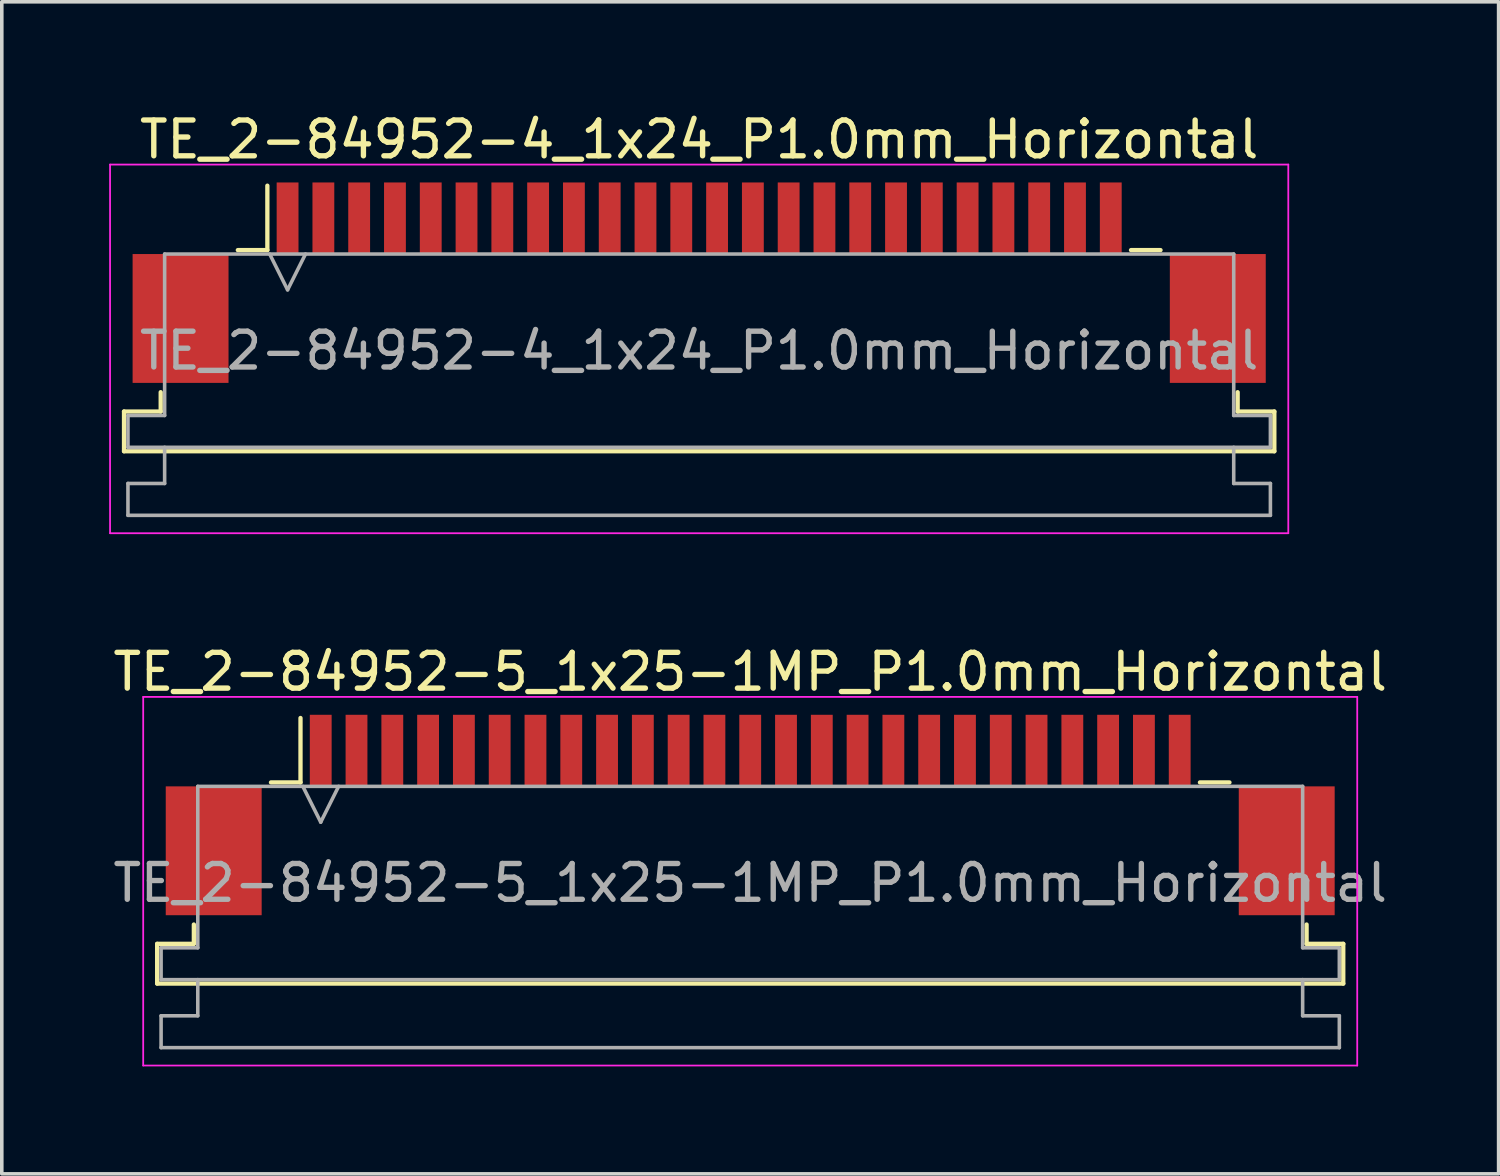
<source format=kicad_pcb>
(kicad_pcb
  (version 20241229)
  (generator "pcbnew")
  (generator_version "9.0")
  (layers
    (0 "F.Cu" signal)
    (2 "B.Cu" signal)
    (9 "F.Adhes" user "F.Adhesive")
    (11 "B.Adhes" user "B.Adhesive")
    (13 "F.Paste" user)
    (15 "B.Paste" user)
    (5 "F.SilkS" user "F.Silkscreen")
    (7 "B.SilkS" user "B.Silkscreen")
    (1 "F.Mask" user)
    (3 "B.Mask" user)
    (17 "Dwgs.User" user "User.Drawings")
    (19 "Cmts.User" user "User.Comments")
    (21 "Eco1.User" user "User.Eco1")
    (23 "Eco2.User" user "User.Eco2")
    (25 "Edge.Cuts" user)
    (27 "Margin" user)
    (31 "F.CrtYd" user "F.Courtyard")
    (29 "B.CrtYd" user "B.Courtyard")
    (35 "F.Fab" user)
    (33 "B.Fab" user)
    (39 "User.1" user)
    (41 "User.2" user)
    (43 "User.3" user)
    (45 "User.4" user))
  (footprint "TE_2-84952-5_1x25-1MP_P1.0mm_Horizontal"
    (layer "F.Cu")
    (at 17.911 19.721)
    (property "Reference" "TE_2-84952-5_1x25-1MP_P1.0mm_Horizontal" (at 0 -4 0) (layer "F.SilkS") (effects (font (size 1 1) (thickness 0.15))))
    (attr smd)
    (fp_line (start -16.57 3.6) (end -15.545 3.6) (stroke (width 0.12) (type solid)) (layer "F.SilkS"))
    (fp_line (start -16.57 4.71) (end -16.57 3.6) (stroke (width 0.12) (type solid)) (layer "F.SilkS"))
    (fp_line (start -15.545 3.6) (end -15.545 3.06) (stroke (width 0.12) (type solid)) (layer "F.SilkS"))
    (fp_line (start -13.39 -0.91) (end -12.565 -0.91) (stroke (width 0.12) (type solid)) (layer "F.SilkS"))
    (fp_line (start -12.565 -0.91) (end -12.565 -2.71) (stroke (width 0.12) (type solid)) (layer "F.SilkS"))
    (fp_line (start 12.565 -0.91) (end 13.39 -0.91) (stroke (width 0.12) (type solid)) (layer "F.SilkS"))
    (fp_line (start 15.545 3.06) (end 15.545 3.6) (stroke (width 0.12) (type solid)) (layer "F.SilkS"))
    (fp_line (start 15.545 3.6) (end 16.57 3.6) (stroke (width 0.12) (type solid)) (layer "F.SilkS"))
    (fp_line (start 16.57 3.6) (end 16.57 4.71) (stroke (width 0.12) (type solid)) (layer "F.SilkS"))
    (fp_line (start 16.57 4.71) (end -16.57 4.71) (stroke (width 0.12) (type solid)) (layer "F.SilkS"))
    (fp_line (start -16.96 -3.3) (end -16.96 7) (stroke (width 0.05) (type solid)) (layer "F.CrtYd"))
    (fp_line (start -16.96 7) (end 16.96 7) (stroke (width 0.05) (type solid)) (layer "F.CrtYd"))
    (fp_line (start 16.96 -3.3) (end -16.96 -3.3) (stroke (width 0.05) (type solid)) (layer "F.CrtYd"))
    (fp_line (start 16.96 7) (end 16.96 -3.3) (stroke (width 0.05) (type solid)) (layer "F.CrtYd"))
    (fp_line (start -16.46 3.71) (end -15.435 3.71) (stroke (width 0.1) (type solid)) (layer "F.Fab"))
    (fp_line (start -16.46 4.6) (end -16.46 3.71) (stroke (width 0.1) (type solid)) (layer "F.Fab"))
    (fp_line (start -16.46 5.61) (end -15.435 5.61) (stroke (width 0.1) (type solid)) (layer "F.Fab"))
    (fp_line (start -16.46 6.5) (end -16.46 5.61) (stroke (width 0.1) (type solid)) (layer "F.Fab"))
    (fp_line (start -15.435 -0.8) (end 15.435 -0.8) (stroke (width 0.1) (type solid)) (layer "F.Fab"))
    (fp_line (start -15.435 3.71) (end -15.435 -0.8) (stroke (width 0.1) (type solid)) (layer "F.Fab"))
    (fp_line (start -15.435 5.61) (end -15.435 4.6) (stroke (width 0.1) (type solid)) (layer "F.Fab"))
    (fp_line (start -12.5 -0.8) (end -12 0.2) (stroke (width 0.1) (type solid)) (layer "F.Fab"))
    (fp_line (start -12 0.2) (end -11.5 -0.8) (stroke (width 0.1) (type solid)) (layer "F.Fab"))
    (fp_line (start 15.435 -0.8) (end 15.435 3.71) (stroke (width 0.1) (type solid)) (layer "F.Fab"))
    (fp_line (start 15.435 3.71) (end 16.46 3.71) (stroke (width 0.1) (type solid)) (layer "F.Fab"))
    (fp_line (start 15.435 4.6) (end 15.435 5.61) (stroke (width 0.1) (type solid)) (layer "F.Fab"))
    (fp_line (start 15.435 5.61) (end 16.46 5.61) (stroke (width 0.1) (type solid)) (layer "F.Fab"))
    (fp_line (start 16.46 3.71) (end 16.46 4.6) (stroke (width 0.1) (type solid)) (layer "F.Fab"))
    (fp_line (start 16.46 4.6) (end -16.46 4.6) (stroke (width 0.1) (type solid)) (layer "F.Fab"))
    (fp_line (start 16.46 5.61) (end 16.46 6.5) (stroke (width 0.1) (type solid)) (layer "F.Fab"))
    (fp_line (start 16.46 6.5) (end -16.46 6.5) (stroke (width 0.1) (type solid)) (layer "F.Fab"))
    (fp_text user "${REFERENCE}" (at 0 1.9 0) (layer "F.Fab") (effects (font (size 1 1) (thickness 0.15))))
    (pad "1" smd rect (at -12 -1.8) (size 0.61 2) (layers "F.Cu" "F.Mask" "F.Paste"))
    (pad "2" smd rect (at -11 -1.8) (size 0.61 2) (layers "F.Cu" "F.Mask" "F.Paste"))
    (pad "3" smd rect (at -10 -1.8) (size 0.61 2) (layers "F.Cu" "F.Mask" "F.Paste"))
    (pad "4" smd rect (at -9 -1.8) (size 0.61 2) (layers "F.Cu" "F.Mask" "F.Paste"))
    (pad "5" smd rect (at -8 -1.8) (size 0.61 2) (layers "F.Cu" "F.Mask" "F.Paste"))
    (pad "6" smd rect (at -7 -1.8) (size 0.61 2) (layers "F.Cu" "F.Mask" "F.Paste"))
    (pad "7" smd rect (at -6 -1.8) (size 0.61 2) (layers "F.Cu" "F.Mask" "F.Paste"))
    (pad "8" smd rect (at -5 -1.8) (size 0.61 2) (layers "F.Cu" "F.Mask" "F.Paste"))
    (pad "9" smd rect (at -4 -1.8) (size 0.61 2) (layers "F.Cu" "F.Mask" "F.Paste"))
    (pad "10" smd rect (at -3 -1.8) (size 0.61 2) (layers "F.Cu" "F.Mask" "F.Paste"))
    (pad "11" smd rect (at -2 -1.8) (size 0.61 2) (layers "F.Cu" "F.Mask" "F.Paste"))
    (pad "12" smd rect (at -1 -1.8) (size 0.61 2) (layers "F.Cu" "F.Mask" "F.Paste"))
    (pad "13" smd rect (at 0 -1.8) (size 0.61 2) (layers "F.Cu" "F.Mask" "F.Paste"))
    (pad "14" smd rect (at 1 -1.8) (size 0.61 2) (layers "F.Cu" "F.Mask" "F.Paste"))
    (pad "15" smd rect (at 2 -1.8) (size 0.61 2) (layers "F.Cu" "F.Mask" "F.Paste"))
    (pad "16" smd rect (at 3 -1.8) (size 0.61 2) (layers "F.Cu" "F.Mask" "F.Paste"))
    (pad "17" smd rect (at 4 -1.8) (size 0.61 2) (layers "F.Cu" "F.Mask" "F.Paste"))
    (pad "18" smd rect (at 5 -1.8) (size 0.61 2) (layers "F.Cu" "F.Mask" "F.Paste"))
    (pad "19" smd rect (at 6 -1.8) (size 0.61 2) (layers "F.Cu" "F.Mask" "F.Paste"))
    (pad "20" smd rect (at 7 -1.8) (size 0.61 2) (layers "F.Cu" "F.Mask" "F.Paste"))
    (pad "21" smd rect (at 8 -1.8) (size 0.61 2) (layers "F.Cu" "F.Mask" "F.Paste"))
    (pad "22" smd rect (at 9 -1.8) (size 0.61 2) (layers "F.Cu" "F.Mask" "F.Paste"))
    (pad "23" smd rect (at 10 -1.8) (size 0.61 2) (layers "F.Cu" "F.Mask" "F.Paste"))
    (pad "24" smd rect (at 11 -1.8) (size 0.61 2) (layers "F.Cu" "F.Mask" "F.Paste"))
    (pad "25" smd rect (at 12 -1.8) (size 0.61 2) (layers "F.Cu" "F.Mask" "F.Paste"))
    (pad "MP" smd rect (at -14.99 1) (size 2.68 3.6) (layers "F.Cu" "F.Mask" "F.Paste"))
    (pad "MP" smd rect (at 14.99 1) (size 2.68 3.6) (layers "F.Cu" "F.Mask" "F.Paste")))
  (footprint "TE_2-84952-4_1x24_P1.0mm_Horizontal"
    (layer "F.Cu")
    (at 16.485 4.848)
    (property "Reference" "TE_2-84952-4_1x24_P1.0mm_Horizontal" (at 0 -4 0) (layer "F.SilkS") (effects (font (size 1 1) (thickness 0.15))))
    (attr smd)
    (fp_line (start -16.07 3.6) (end -15.045 3.6) (stroke (width 0.12) (type solid)) (layer "F.SilkS"))
    (fp_line (start -16.07 4.71) (end -16.07 3.6) (stroke (width 0.12) (type solid)) (layer "F.SilkS"))
    (fp_line (start -15.045 3.6) (end -15.045 3.06) (stroke (width 0.12) (type solid)) (layer "F.SilkS"))
    (fp_line (start -12.89 -0.91) (end -12.065 -0.91) (stroke (width 0.12) (type solid)) (layer "F.SilkS"))
    (fp_line (start -12.065 -0.91) (end -12.065 -2.71) (stroke (width 0.12) (type solid)) (layer "F.SilkS"))
    (fp_line (start 12.065 -0.91) (end 12.89 -0.91) (stroke (width 0.12) (type solid)) (layer "F.SilkS"))
    (fp_line (start 15.045 3.06) (end 15.045 3.6) (stroke (width 0.12) (type solid)) (layer "F.SilkS"))
    (fp_line (start 15.045 3.6) (end 16.07 3.6) (stroke (width 0.12) (type solid)) (layer "F.SilkS"))
    (fp_line (start 16.07 3.6) (end 16.07 4.71) (stroke (width 0.12) (type solid)) (layer "F.SilkS"))
    (fp_line (start 16.07 4.71) (end -16.07 4.71) (stroke (width 0.12) (type solid)) (layer "F.SilkS"))
    (fp_line (start -16.46 -3.3) (end -16.46 7) (stroke (width 0.05) (type solid)) (layer "F.CrtYd"))
    (fp_line (start -16.46 7) (end 16.46 7) (stroke (width 0.05) (type solid)) (layer "F.CrtYd"))
    (fp_line (start 16.46 -3.3) (end -16.46 -3.3) (stroke (width 0.05) (type solid)) (layer "F.CrtYd"))
    (fp_line (start 16.46 7) (end 16.46 -3.3) (stroke (width 0.05) (type solid)) (layer "F.CrtYd"))
    (fp_line (start -15.96 3.71) (end -14.935 3.71) (stroke (width 0.1) (type solid)) (layer "F.Fab"))
    (fp_line (start -15.96 4.6) (end -15.96 3.71) (stroke (width 0.1) (type solid)) (layer "F.Fab"))
    (fp_line (start -15.96 5.61) (end -14.935 5.61) (stroke (width 0.1) (type solid)) (layer "F.Fab"))
    (fp_line (start -15.96 6.5) (end -15.96 5.61) (stroke (width 0.1) (type solid)) (layer "F.Fab"))
    (fp_line (start -14.935 -0.8) (end 14.935 -0.8) (stroke (width 0.1) (type solid)) (layer "F.Fab"))
    (fp_line (start -14.935 3.71) (end -14.935 -0.8) (stroke (width 0.1) (type solid)) (layer "F.Fab"))
    (fp_line (start -14.935 5.61) (end -14.935 4.6) (stroke (width 0.1) (type solid)) (layer "F.Fab"))
    (fp_line (start -12 -0.8) (end -11.5 0.2) (stroke (width 0.1) (type solid)) (layer "F.Fab"))
    (fp_line (start -11.5 0.2) (end -11 -0.8) (stroke (width 0.1) (type solid)) (layer "F.Fab"))
    (fp_line (start 14.935 -0.8) (end 14.935 3.71) (stroke (width 0.1) (type solid)) (layer "F.Fab"))
    (fp_line (start 14.935 3.71) (end 15.96 3.71) (stroke (width 0.1) (type solid)) (layer "F.Fab"))
    (fp_line (start 14.935 4.6) (end 14.935 5.61) (stroke (width 0.1) (type solid)) (layer "F.Fab"))
    (fp_line (start 14.935 5.61) (end 15.96 5.61) (stroke (width 0.1) (type solid)) (layer "F.Fab"))
    (fp_line (start 15.96 3.71) (end 15.96 4.6) (stroke (width 0.1) (type solid)) (layer "F.Fab"))
    (fp_line (start 15.96 4.6) (end -15.96 4.6) (stroke (width 0.1) (type solid)) (layer "F.Fab"))
    (fp_line (start 15.96 5.61) (end 15.96 6.5) (stroke (width 0.1) (type solid)) (layer "F.Fab"))
    (fp_line (start 15.96 6.5) (end -15.96 6.5) (stroke (width 0.1) (type solid)) (layer "F.Fab"))
    (fp_text user "${REFERENCE}" (at 0 1.9 0) (layer "F.Fab") (effects (font (size 1 1) (thickness 0.15))))
    (pad "" smd rect (at -14.49 1) (size 2.68 3.6) (layers "F.Cu" "F.Mask" "F.Paste"))
    (pad "" smd rect (at 14.49 1) (size 2.68 3.6) (layers "F.Cu" "F.Mask" "F.Paste"))
    (pad "1" smd rect (at -11.5 -1.8) (size 0.61 2) (layers "F.Cu" "F.Mask" "F.Paste"))
    (pad "2" smd rect (at -10.5 -1.8) (size 0.61 2) (layers "F.Cu" "F.Mask" "F.Paste"))
    (pad "3" smd rect (at -9.5 -1.8) (size 0.61 2) (layers "F.Cu" "F.Mask" "F.Paste"))
    (pad "4" smd rect (at -8.5 -1.8) (size 0.61 2) (layers "F.Cu" "F.Mask" "F.Paste"))
    (pad "5" smd rect (at -7.5 -1.8) (size 0.61 2) (layers "F.Cu" "F.Mask" "F.Paste"))
    (pad "6" smd rect (at -6.5 -1.8) (size 0.61 2) (layers "F.Cu" "F.Mask" "F.Paste"))
    (pad "7" smd rect (at -5.5 -1.8) (size 0.61 2) (layers "F.Cu" "F.Mask" "F.Paste"))
    (pad "8" smd rect (at -4.5 -1.8) (size 0.61 2) (layers "F.Cu" "F.Mask" "F.Paste"))
    (pad "9" smd rect (at -3.5 -1.8) (size 0.61 2) (layers "F.Cu" "F.Mask" "F.Paste"))
    (pad "10" smd rect (at -2.5 -1.8) (size 0.61 2) (layers "F.Cu" "F.Mask" "F.Paste"))
    (pad "11" smd rect (at -1.5 -1.8) (size 0.61 2) (layers "F.Cu" "F.Mask" "F.Paste"))
    (pad "12" smd rect (at -0.5 -1.8) (size 0.61 2) (layers "F.Cu" "F.Mask" "F.Paste"))
    (pad "13" smd rect (at 0.5 -1.8) (size 0.61 2) (layers "F.Cu" "F.Mask" "F.Paste"))
    (pad "14" smd rect (at 1.5 -1.8) (size 0.61 2) (layers "F.Cu" "F.Mask" "F.Paste"))
    (pad "15" smd rect (at 2.5 -1.8) (size 0.61 2) (layers "F.Cu" "F.Mask" "F.Paste"))
    (pad "16" smd rect (at 3.5 -1.8) (size 0.61 2) (layers "F.Cu" "F.Mask" "F.Paste"))
    (pad "17" smd rect (at 4.5 -1.8) (size 0.61 2) (layers "F.Cu" "F.Mask" "F.Paste"))
    (pad "18" smd rect (at 5.5 -1.8) (size 0.61 2) (layers "F.Cu" "F.Mask" "F.Paste"))
    (pad "19" smd rect (at 6.5 -1.8) (size 0.61 2) (layers "F.Cu" "F.Mask" "F.Paste"))
    (pad "20" smd rect (at 7.5 -1.8) (size 0.61 2) (layers "F.Cu" "F.Mask" "F.Paste"))
    (pad "21" smd rect (at 8.5 -1.8) (size 0.61 2) (layers "F.Cu" "F.Mask" "F.Paste"))
    (pad "22" smd rect (at 9.5 -1.8) (size 0.61 2) (layers "F.Cu" "F.Mask" "F.Paste"))
    (pad "23" smd rect (at 10.5 -1.8) (size 0.61 2) (layers "F.Cu" "F.Mask" "F.Paste"))
    (pad "24" smd rect (at 11.5 -1.8) (size 0.61 2) (layers "F.Cu" "F.Mask" "F.Paste")))
  (gr_rect
    (start -3 -3)
    (end 38.821 29.747)
    (stroke (width 0.1) (type default))
    (fill no)
    (layer "Edge.Cuts")))
</source>
